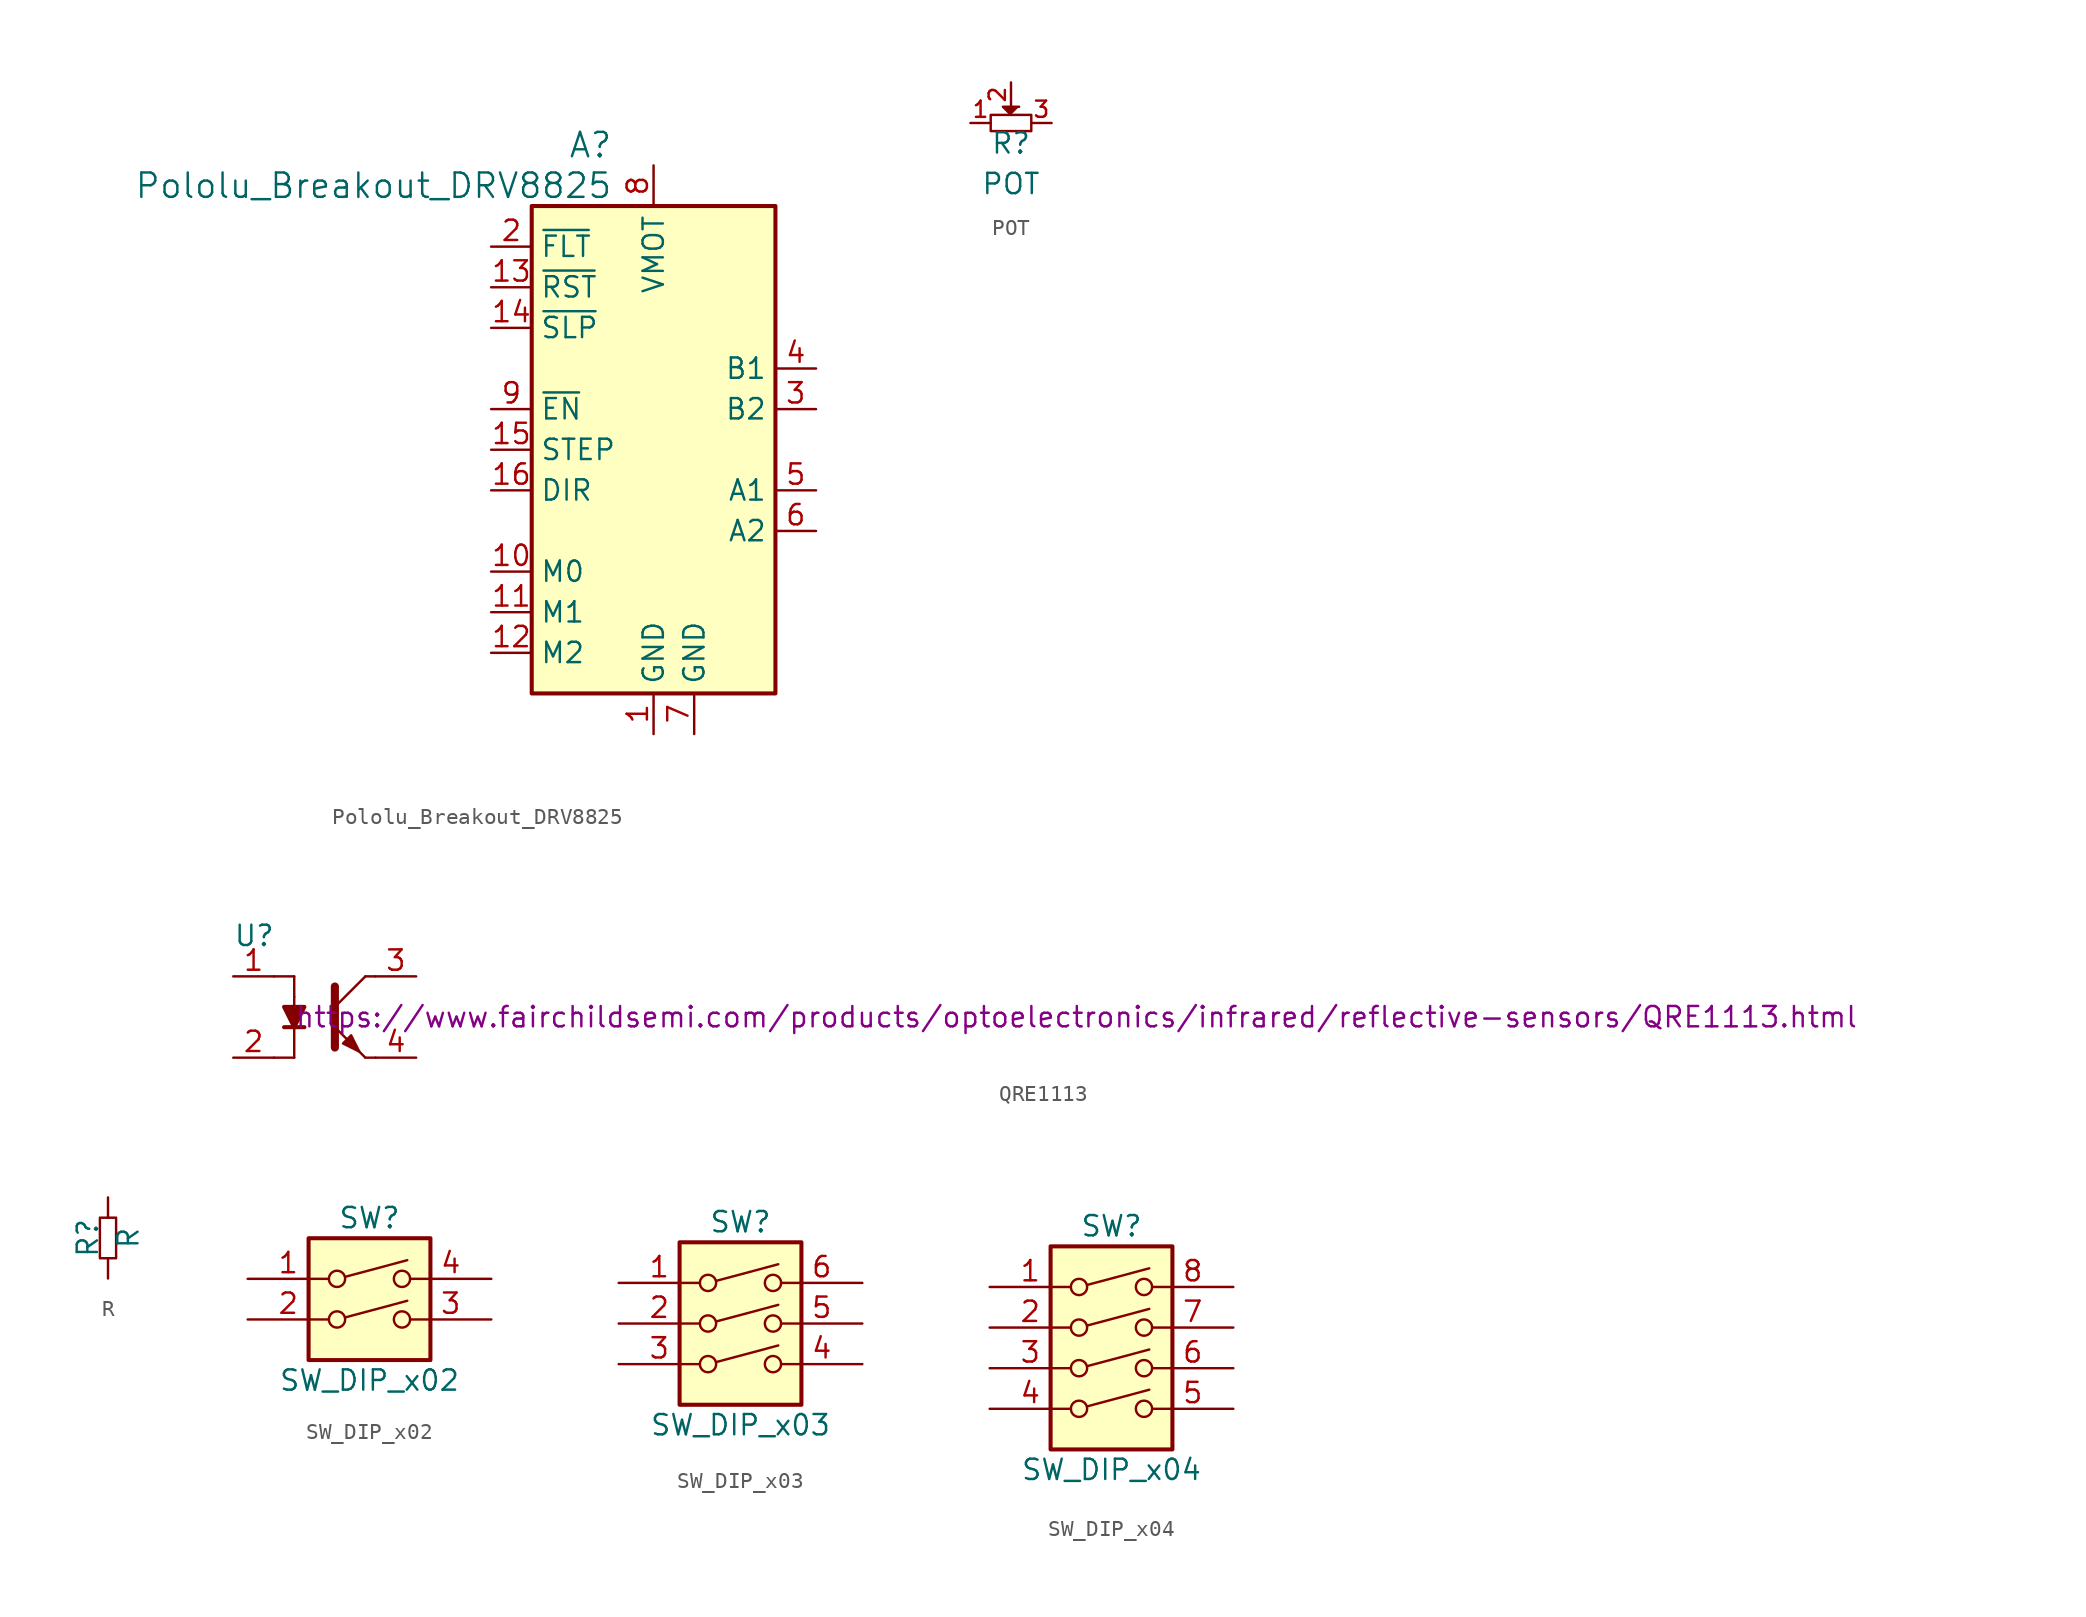
<source format=kicad_sym>
(kicad_symbol_lib
  (version 20211014)
  (generator kicad_symbol_editor)
  (symbol "Pololu_Breakout_DRV8825"
    (property "Reference" "A"
      (at -2.54 16.51 0)
      (effects (font (size 1.524 1.524)) (justify right)))
    (property "Value" "Pololu_Breakout_DRV8825"
      (at -2.54 13.97 0)
      (effects (font (size 1.524 1.524)) (justify right)))
    (symbol "Pololu_Breakout_DRV8825_0_1"
      (rectangle (start 7.62 -17.78) (end -7.62 12.7) (stroke (width 0.254) (type default) (color 0 0 0 0)) (fill (type background))))
    (symbol "Pololu_Breakout_DRV8825_1_1"
      (pin power_in line (at 0 -20.32 90) (length 2.54) (name "GND" (effects (font (size 1.27 1.27)))) (number "1" (effects (font (size 1.27 1.27)))))
      (pin input line (at -10.16 -10.16 0) (length 2.54) (name "M0" (effects (font (size 1.27 1.27)))) (number "10" (effects (font (size 1.27 1.27)))))
      (pin input line (at -10.16 -12.7 0) (length 2.54) (name "M1" (effects (font (size 1.27 1.27)))) (number "11" (effects (font (size 1.27 1.27)))))
      (pin input line (at -10.16 -15.24 0) (length 2.54) (name "M2" (effects (font (size 1.27 1.27)))) (number "12" (effects (font (size 1.27 1.27)))))
      (pin input line (at -10.16 7.62 0) (length 2.54) (name "~{RST}" (effects (font (size 1.27 1.27)))) (number "13" (effects (font (size 1.27 1.27)))))
      (pin input line (at -10.16 5.08 0) (length 2.54) (name "~{SLP}" (effects (font (size 1.27 1.27)))) (number "14" (effects (font (size 1.27 1.27)))))
      (pin input line (at -10.16 -2.54 0) (length 2.54) (name "STEP" (effects (font (size 1.27 1.27)))) (number "15" (effects (font (size 1.27 1.27)))))
      (pin input line (at -10.16 -5.08 0) (length 2.54) (name "DIR" (effects (font (size 1.27 1.27)))) (number "16" (effects (font (size 1.27 1.27)))))
      (pin output line (at -10.16 10.16 0) (length 2.54) (name "~{FLT}" (effects (font (size 1.27 1.27)))) (number "2" (effects (font (size 1.27 1.27)))))
      (pin output line (at 10.16 0 180) (length 2.54) (name "B2" (effects (font (size 1.27 1.27)))) (number "3" (effects (font (size 1.27 1.27)))))
      (pin output line (at 10.16 2.54 180) (length 2.54) (name "B1" (effects (font (size 1.27 1.27)))) (number "4" (effects (font (size 1.27 1.27)))))
      (pin output line (at 10.16 -5.08 180) (length 2.54) (name "A1" (effects (font (size 1.27 1.27)))) (number "5" (effects (font (size 1.27 1.27)))))
      (pin output line (at 10.16 -7.62 180) (length 2.54) (name "A2" (effects (font (size 1.27 1.27)))) (number "6" (effects (font (size 1.27 1.27)))))
      (pin power_in line (at 2.54 -20.32 90) (length 2.54) (name "GND" (effects (font (size 1.27 1.27)))) (number "7" (effects (font (size 1.27 1.27)))))
      (pin power_in line (at 0 15.24 270) (length 2.54) (name "VMOT" (effects (font (size 1.27 1.27)))) (number "8" (effects (font (size 1.27 1.27)))))
      (pin input line (at -10.16 0 0) (length 2.54) (name "~{EN}" (effects (font (size 1.27 1.27)))) (number "9" (effects (font (size 1.27 1.27)))))))
  (symbol "POT"
    (pin_names
      (offset 1.016) hide)
    (property "Reference" "R"
      (at 0 -1.27 0)
      (effects (font (size 1.27 1.27))))
    (property "Value" "POT"
      (at 0 -3.81 0)
      (effects (font (size 1.27 1.27))))
    (property "Footprint" ""
      (at 0 0 0)
      (effects (font (size 1.524 1.524))))
    (property "Datasheet" ""
      (at 0 0 0)
      (effects (font (size 1.524 1.524))))
    (symbol "POT_0_0"
      (rectangle (start -1.27 0.508) (end 1.27 -0.508) (stroke (width 0) (type default) (color 0 0 0 0)) (fill (type none))))
    (symbol "POT_0_1"
      (polyline (pts (xy 0 0.508) (xy -0.508 1.016) (xy 0.508 1.016)) (stroke (width 0) (type default) (color 0 0 0 0)) (fill (type outline))))
    (symbol "POT_1_1"
      (pin passive line (at -2.54 0 0) (length 1.27) (name "1" (effects (font (size 1.016 1.016)))) (number "1" (effects (font (size 1.016 1.016)))))
      (pin passive line (at 0 2.54 270) (length 1.524) (name "2" (effects (font (size 1.016 1.016)))) (number "2" (effects (font (size 1.016 1.016)))))
      (pin passive line (at 2.54 0 180) (length 1.27) (name "3" (effects (font (size 1.016 1.016)))) (number "3" (effects (font (size 1.016 1.016)))))))
  (symbol "QRE1113"
    (pin_names
      (offset 1.016))
    (property "Reference" "U"
      (at -5.08 5.08 0)
      (effects (font (size 1.27 1.27)) (justify left)))
    (property "Datasheet" "https://www.fairchildsemi.com/products/optoelectronics/infrared/reflective-sensors/QRE1113.html"
      (at -1.27 0 0)
      (effects (font (size 1.27 1.27)) (justify left)))
    (symbol "QRE1113_0_1"
      (rectangle (start -2.54 -2.54) (end -1.27 -2.54) (stroke (width 0) (type default) (color 0 0 0 0)) (fill (type none)))
      (rectangle (start -2.54 2.54) (end -1.27 2.54) (stroke (width 0) (type default) (color 0 0 0 0)) (fill (type none)))
      (rectangle (start -1.27 -2.54) (end -1.27 0) (stroke (width 0) (type default) (color 0 0 0 0)) (fill (type none)))
      (rectangle (start -1.27 1.27) (end -1.27 0) (stroke (width 0) (type default) (color 0 0 0 0)) (fill (type none)))
      (rectangle (start -1.27 2.54) (end -1.27 1.27) (stroke (width 0) (type default) (color 0 0 0 0)) (fill (type none)))
      (polyline (pts (xy -1.905 -0.635) (xy -0.635 -0.635)) (stroke (width 0.254) (type default) (color 0 0 0 0)) (fill (type none)))
      (polyline (pts (xy 1.27 0.635) (xy 3.175 2.54)) (stroke (width 0) (type default) (color 0 0 0 0)) (fill (type none)))
      (polyline (pts (xy 3.175 -2.54) (xy 1.27 -0.635)) (stroke (width 0) (type default) (color 0 0 0 0)) (fill (type outline)))
      (polyline (pts (xy 3.175 -2.54) (xy 3.81 -2.54)) (stroke (width 0) (type default) (color 0 0 0 0)) (fill (type none)))
      (polyline (pts (xy 3.175 2.54) (xy 3.81 2.54)) (stroke (width 0) (type default) (color 0 0 0 0)) (fill (type none)))
      (polyline (pts (xy 1.27 1.905) (xy 1.27 -1.905) (xy 1.27 -1.905)) (stroke (width 0.508) (type default) (color 0 0 0 0)) (fill (type none)))
      (polyline (pts (xy -1.27 -0.635) (xy -1.905 0.635) (xy -0.635 0.635) (xy -1.27 -0.635)) (stroke (width 0.254) (type default) (color 0 0 0 0)) (fill (type outline)))
      (polyline (pts (xy 1.778 -1.651) (xy 2.286 -1.143) (xy 2.794 -2.159) (xy 1.778 -1.651) (xy 1.778 -1.651)) (stroke (width 0) (type default) (color 0 0 0 0)) (fill (type outline))))
    (symbol "QRE1113_1_1"
      (pin passive line (at -5.08 2.54 0) (length 2.54) (name "~" (effects (font (size 1.27 1.27)))) (number "1" (effects (font (size 1.27 1.27)))))
      (pin passive line (at -5.08 -2.54 0) (length 2.54) (name "~" (effects (font (size 1.27 1.27)))) (number "2" (effects (font (size 1.27 1.27)))))
      (pin passive line (at 6.35 2.54 180) (length 2.54) (name "~" (effects (font (size 1.27 1.27)))) (number "3" (effects (font (size 1.27 1.27)))))
      (pin passive line (at 6.35 -2.54 180) (length 2.54) (name "~" (effects (font (size 1.27 1.27)))) (number "4" (effects (font (size 1.27 1.27)))))))
  (symbol "R"
    (pin_numbers hide)
    (pin_names
      (offset 0))
    (property "Reference" "R"
      (at -1.27 0 90)
      (effects (font (size 1.27 1.27))))
    (property "Value" "R"
      (at 1.27 0 90)
      (effects (font (size 1.27 1.27))))
    (property "Footprint" ""
      (at 0 0 0)
      (effects (font (size 1.524 1.524))))
    (property "Datasheet" ""
      (at 0 0 0)
      (effects (font (size 1.524 1.524))))
    (symbol "R_0_1"
      (rectangle (start 0.508 1.27) (end -0.508 -1.27) (stroke (width 0) (type default) (color 0 0 0 0)) (fill (type none))))
    (symbol "R_1_1"
      (pin passive line (at 0 2.54 270) (length 1.27) (name "~" (effects (font (size 1.524 1.524)))) (number "1" (effects (font (size 1.524 1.524)))))
      (pin passive line (at 0 -2.54 90) (length 1.27) (name "~" (effects (font (size 1.524 1.524)))) (number "2" (effects (font (size 1.524 1.524)))))))
  (symbol "SW_DIP_x02"
    (pin_names
      (offset 0) hide)
    (property "Reference" "SW"
      (at 0 6.35 0)
      (effects (font (size 1.27 1.27))))
    (property "Value" "SW_DIP_x02"
      (at 0 -3.81 0)
      (effects (font (size 1.27 1.27))))
    (symbol "SW_DIP_x02_0_0"
      (circle (center -2.032 0) (radius 0.508) (stroke (width 0) (type default) (color 0 0 0 0)) (fill (type none)))
      (circle (center -2.032 2.54) (radius 0.508) (stroke (width 0) (type default) (color 0 0 0 0)) (fill (type none)))
      (polyline (pts (xy -1.524 0.127) (xy 2.362 1.168)) (stroke (width 0) (type default) (color 0 0 0 0)) (fill (type none)))
      (polyline (pts (xy -1.524 2.667) (xy 2.362 3.708)) (stroke (width 0) (type default) (color 0 0 0 0)) (fill (type none)))
      (circle (center 2.032 0) (radius 0.508) (stroke (width 0) (type default) (color 0 0 0 0)) (fill (type none)))
      (circle (center 2.032 2.54) (radius 0.508) (stroke (width 0) (type default) (color 0 0 0 0)) (fill (type none))))
    (symbol "SW_DIP_x02_0_1"
      (rectangle (start -3.81 5.08) (end 3.81 -2.54) (stroke (width 0.254) (type default) (color 0 0 0 0)) (fill (type background))))
    (symbol "SW_DIP_x02_1_1"
      (pin input line (at -7.62 2.54 0) (length 5.08) (name "~" (effects (font (size 1.27 1.27)))) (number "1" (effects (font (size 1.27 1.27)))))
      (pin input line (at -7.62 0 0) (length 5.08) (name "~" (effects (font (size 1.27 1.27)))) (number "2" (effects (font (size 1.27 1.27)))))
      (pin input line (at 7.62 0 180) (length 5.08) (name "~" (effects (font (size 1.27 1.27)))) (number "3" (effects (font (size 1.27 1.27)))))
      (pin input line (at 7.62 2.54 180) (length 5.08) (name "~" (effects (font (size 1.27 1.27)))) (number "4" (effects (font (size 1.27 1.27)))))))
  (symbol "SW_DIP_x03"
    (pin_names
      (offset 0) hide)
    (property "Reference" "SW"
      (at 0 8.89 0)
      (effects (font (size 1.27 1.27))))
    (property "Value" "SW_DIP_x03"
      (at 0 -3.81 0)
      (effects (font (size 1.27 1.27))))
    (symbol "SW_DIP_x03_0_0"
      (circle (center -2.032 0) (radius 0.508) (stroke (width 0) (type default) (color 0 0 0 0)) (fill (type none)))
      (circle (center -2.032 2.54) (radius 0.508) (stroke (width 0) (type default) (color 0 0 0 0)) (fill (type none)))
      (circle (center -2.032 5.08) (radius 0.508) (stroke (width 0) (type default) (color 0 0 0 0)) (fill (type none)))
      (polyline (pts (xy -1.524 0.127) (xy 2.362 1.168)) (stroke (width 0) (type default) (color 0 0 0 0)) (fill (type none)))
      (polyline (pts (xy -1.524 2.667) (xy 2.362 3.708)) (stroke (width 0) (type default) (color 0 0 0 0)) (fill (type none)))
      (polyline (pts (xy -1.524 5.207) (xy 2.362 6.248)) (stroke (width 0) (type default) (color 0 0 0 0)) (fill (type none)))
      (circle (center 2.032 0) (radius 0.508) (stroke (width 0) (type default) (color 0 0 0 0)) (fill (type none)))
      (circle (center 2.032 2.54) (radius 0.508) (stroke (width 0) (type default) (color 0 0 0 0)) (fill (type none)))
      (circle (center 2.032 5.08) (radius 0.508) (stroke (width 0) (type default) (color 0 0 0 0)) (fill (type none))))
    (symbol "SW_DIP_x03_0_1"
      (rectangle (start -3.81 7.62) (end 3.81 -2.54) (stroke (width 0.254) (type default) (color 0 0 0 0)) (fill (type background))))
    (symbol "SW_DIP_x03_1_1"
      (pin input line (at -7.62 5.08 0) (length 5.08) (name "~" (effects (font (size 1.27 1.27)))) (number "1" (effects (font (size 1.27 1.27)))))
      (pin input line (at -7.62 2.54 0) (length 5.08) (name "~" (effects (font (size 1.27 1.27)))) (number "2" (effects (font (size 1.27 1.27)))))
      (pin input line (at -7.62 0 0) (length 5.08) (name "~" (effects (font (size 1.27 1.27)))) (number "3" (effects (font (size 1.27 1.27)))))
      (pin input line (at 7.62 0 180) (length 5.08) (name "~" (effects (font (size 1.27 1.27)))) (number "4" (effects (font (size 1.27 1.27)))))
      (pin input line (at 7.62 2.54 180) (length 5.08) (name "~" (effects (font (size 1.27 1.27)))) (number "5" (effects (font (size 1.27 1.27)))))
      (pin input line (at 7.62 5.08 180) (length 5.08) (name "~" (effects (font (size 1.27 1.27)))) (number "6" (effects (font (size 1.27 1.27)))))))
  (symbol "SW_DIP_x04"
    (pin_names
      (offset 0) hide)
    (property "Reference" "SW"
      (at 0 8.89 0)
      (effects (font (size 1.27 1.27))))
    (property "Value" "SW_DIP_x04"
      (at 0 -6.35 0)
      (effects (font (size 1.27 1.27))))
    (symbol "SW_DIP_x04_0_0"
      (circle (center -2.032 -2.54) (radius 0.508) (stroke (width 0) (type default) (color 0 0 0 0)) (fill (type none)))
      (circle (center -2.032 0) (radius 0.508) (stroke (width 0) (type default) (color 0 0 0 0)) (fill (type none)))
      (circle (center -2.032 2.54) (radius 0.508) (stroke (width 0) (type default) (color 0 0 0 0)) (fill (type none)))
      (circle (center -2.032 5.08) (radius 0.508) (stroke (width 0) (type default) (color 0 0 0 0)) (fill (type none)))
      (polyline (pts (xy -1.524 -2.388) (xy 2.362 -1.346)) (stroke (width 0) (type default) (color 0 0 0 0)) (fill (type none)))
      (polyline (pts (xy -1.524 0.127) (xy 2.362 1.168)) (stroke (width 0) (type default) (color 0 0 0 0)) (fill (type none)))
      (polyline (pts (xy -1.524 2.667) (xy 2.362 3.708)) (stroke (width 0) (type default) (color 0 0 0 0)) (fill (type none)))
      (polyline (pts (xy -1.524 5.207) (xy 2.362 6.248)) (stroke (width 0) (type default) (color 0 0 0 0)) (fill (type none)))
      (circle (center 2.032 -2.54) (radius 0.508) (stroke (width 0) (type default) (color 0 0 0 0)) (fill (type none)))
      (circle (center 2.032 0) (radius 0.508) (stroke (width 0) (type default) (color 0 0 0 0)) (fill (type none)))
      (circle (center 2.032 2.54) (radius 0.508) (stroke (width 0) (type default) (color 0 0 0 0)) (fill (type none)))
      (circle (center 2.032 5.08) (radius 0.508) (stroke (width 0) (type default) (color 0 0 0 0)) (fill (type none))))
    (symbol "SW_DIP_x04_0_1"
      (rectangle (start -3.81 7.62) (end 3.81 -5.08) (stroke (width 0.254) (type default) (color 0 0 0 0)) (fill (type background))))
    (symbol "SW_DIP_x04_1_1"
      (pin input line (at -7.62 5.08 0) (length 5.08) (name "~" (effects (font (size 1.27 1.27)))) (number "1" (effects (font (size 1.27 1.27)))))
      (pin input line (at -7.62 2.54 0) (length 5.08) (name "~" (effects (font (size 1.27 1.27)))) (number "2" (effects (font (size 1.27 1.27)))))
      (pin input line (at -7.62 0 0) (length 5.08) (name "~" (effects (font (size 1.27 1.27)))) (number "3" (effects (font (size 1.27 1.27)))))
      (pin input line (at -7.62 -2.54 0) (length 5.08) (name "~" (effects (font (size 1.27 1.27)))) (number "4" (effects (font (size 1.27 1.27)))))
      (pin input line (at 7.62 -2.54 180) (length 5.08) (name "~" (effects (font (size 1.27 1.27)))) (number "5" (effects (font (size 1.27 1.27)))))
      (pin input line (at 7.62 0 180) (length 5.08) (name "~" (effects (font (size 1.27 1.27)))) (number "6" (effects (font (size 1.27 1.27)))))
      (pin input line (at 7.62 2.54 180) (length 5.08) (name "~" (effects (font (size 1.27 1.27)))) (number "7" (effects (font (size 1.27 1.27)))))
      (pin input line (at 7.62 5.08 180) (length 5.08) (name "~" (effects (font (size 1.27 1.27)))) (number "8" (effects (font (size 1.27 1.27))))))))
</source>
